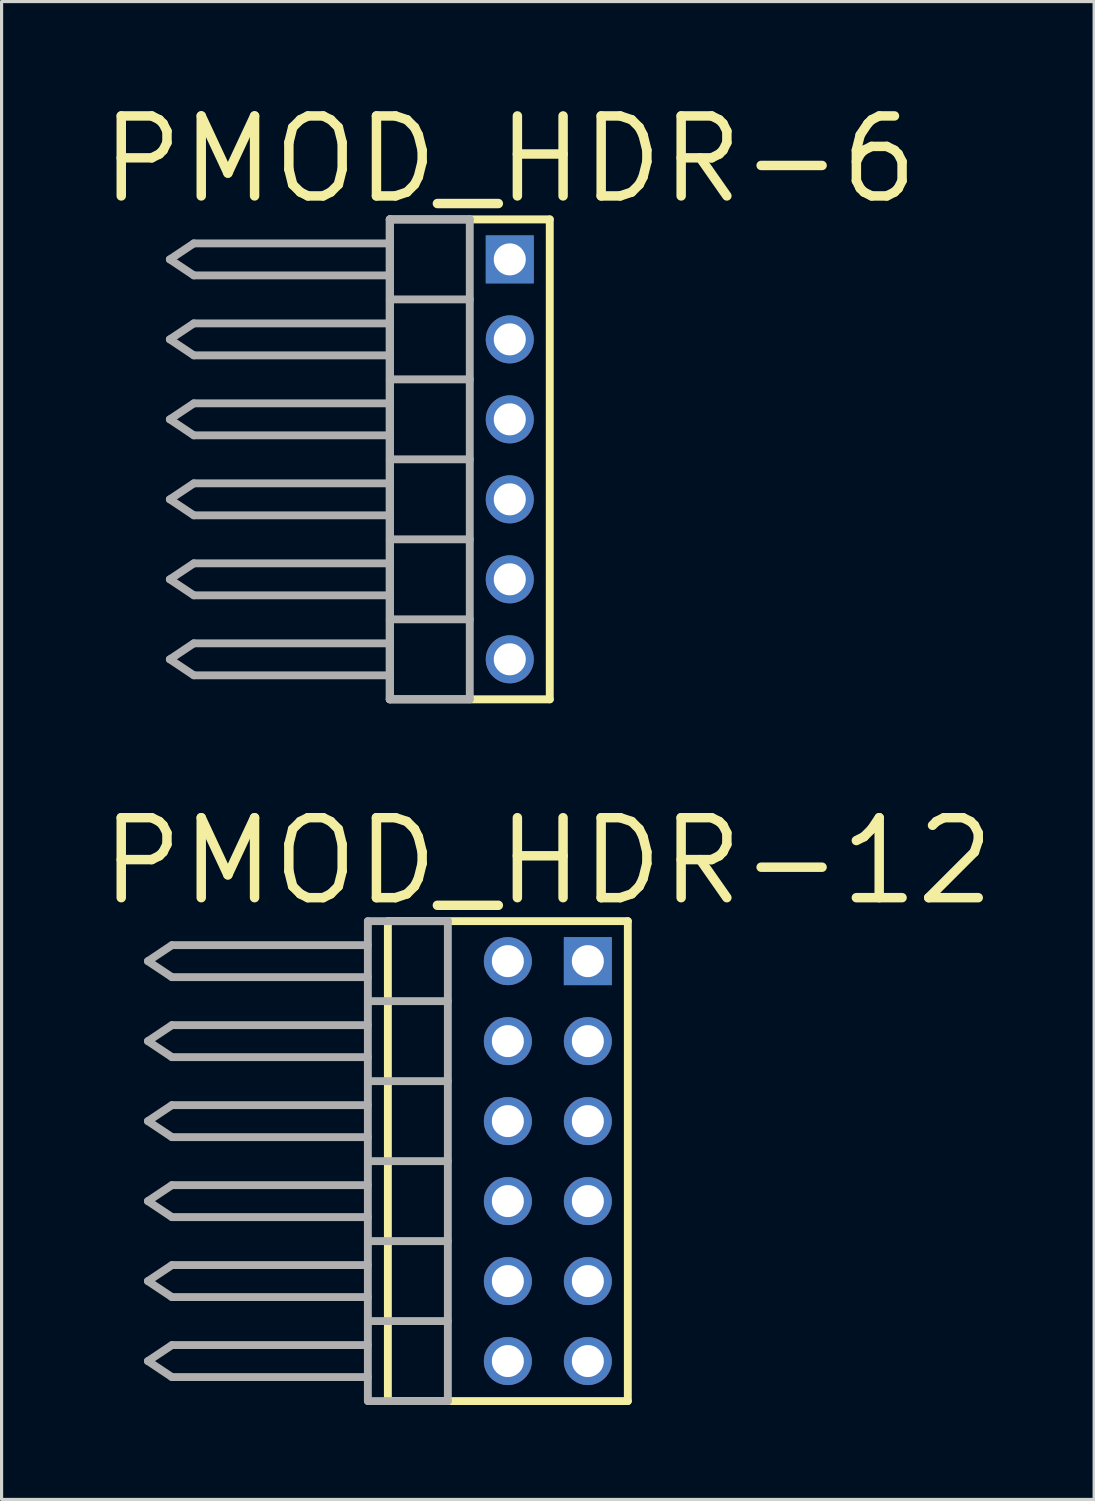
<source format=kicad_pcb>
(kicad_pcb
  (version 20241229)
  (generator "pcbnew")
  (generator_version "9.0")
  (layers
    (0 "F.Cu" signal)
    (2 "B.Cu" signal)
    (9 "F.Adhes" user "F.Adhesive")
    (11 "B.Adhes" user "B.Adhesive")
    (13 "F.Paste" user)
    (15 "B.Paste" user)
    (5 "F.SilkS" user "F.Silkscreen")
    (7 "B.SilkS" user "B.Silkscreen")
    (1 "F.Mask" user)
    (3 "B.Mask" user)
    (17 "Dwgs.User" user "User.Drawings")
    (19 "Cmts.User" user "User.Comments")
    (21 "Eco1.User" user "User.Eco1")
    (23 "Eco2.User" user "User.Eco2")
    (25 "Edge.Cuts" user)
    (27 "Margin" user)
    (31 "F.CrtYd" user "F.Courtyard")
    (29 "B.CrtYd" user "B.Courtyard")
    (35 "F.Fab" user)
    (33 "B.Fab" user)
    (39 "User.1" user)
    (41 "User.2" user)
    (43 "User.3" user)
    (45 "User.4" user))
  (footprint "PMOD_HDR-12"
    (layer "F.Cu")
    (at 14.347 33.822)
    (property "Reference" "PMOD_HDR-12" (at 0 -9.525 0) (layer "F.SilkS") (effects (font (size 2.54 2.54) (thickness 0.3))))
    (attr exclude_from_pos_files exclude_from_bom)
    (fp_line (start -5.08 -7.62) (end -5.08 7.62) (stroke (width 0.25) (type solid)) (layer "F.SilkS"))
    (fp_line (start -5.08 -7.62) (end 2.54 -7.62) (stroke (width 0.25) (type solid)) (layer "F.SilkS"))
    (fp_line (start 2.54 -7.62) (end 2.54 7.62) (stroke (width 0.25) (type solid)) (layer "F.SilkS"))
    (fp_line (start 2.54 7.62) (end -5.08 7.62) (stroke (width 0.25) (type solid)) (layer "F.SilkS"))
    (fp_line (start -12.7 -6.35) (end -11.938 -5.842) (stroke (width 0.25) (type solid)) (layer "F.Fab"))
    (fp_line (start -12.7 -3.81) (end -11.938 -3.302) (stroke (width 0.25) (type solid)) (layer "F.Fab"))
    (fp_line (start -12.7 -1.27) (end -11.938 -0.762) (stroke (width 0.25) (type solid)) (layer "F.Fab"))
    (fp_line (start -12.7 1.27) (end -11.938 1.778) (stroke (width 0.25) (type solid)) (layer "F.Fab"))
    (fp_line (start -12.7 3.81) (end -11.938 4.318) (stroke (width 0.25) (type solid)) (layer "F.Fab"))
    (fp_line (start -12.7 6.35) (end -11.938 6.858) (stroke (width 0.25) (type solid)) (layer "F.Fab"))
    (fp_line (start -11.938 -6.858) (end -12.7 -6.35) (stroke (width 0.25) (type solid)) (layer "F.Fab"))
    (fp_line (start -11.938 -5.842) (end -5.715 -5.842) (stroke (width 0.25) (type solid)) (layer "F.Fab"))
    (fp_line (start -11.938 -4.318) (end -12.7 -3.81) (stroke (width 0.25) (type solid)) (layer "F.Fab"))
    (fp_line (start -11.938 -3.302) (end -5.715 -3.302) (stroke (width 0.25) (type solid)) (layer "F.Fab"))
    (fp_line (start -11.938 -1.778) (end -12.7 -1.27) (stroke (width 0.25) (type solid)) (layer "F.Fab"))
    (fp_line (start -11.938 -0.762) (end -5.715 -0.762) (stroke (width 0.25) (type solid)) (layer "F.Fab"))
    (fp_line (start -11.938 0.762) (end -12.7 1.27) (stroke (width 0.25) (type solid)) (layer "F.Fab"))
    (fp_line (start -11.938 1.778) (end -5.715 1.778) (stroke (width 0.25) (type solid)) (layer "F.Fab"))
    (fp_line (start -11.938 3.302) (end -12.7 3.81) (stroke (width 0.25) (type solid)) (layer "F.Fab"))
    (fp_line (start -11.938 4.318) (end -5.715 4.318) (stroke (width 0.25) (type solid)) (layer "F.Fab"))
    (fp_line (start -11.938 5.842) (end -12.7 6.35) (stroke (width 0.25) (type solid)) (layer "F.Fab"))
    (fp_line (start -11.938 6.858) (end -5.715 6.858) (stroke (width 0.25) (type solid)) (layer "F.Fab"))
    (fp_line (start -5.715 -7.62) (end -5.715 7.62) (stroke (width 0.25) (type solid)) (layer "F.Fab"))
    (fp_line (start -5.715 -7.62) (end -3.175 -7.62) (stroke (width 0.25) (type solid)) (layer "F.Fab"))
    (fp_line (start -5.715 -6.858) (end -11.938 -6.858) (stroke (width 0.25) (type solid)) (layer "F.Fab"))
    (fp_line (start -5.715 -5.08) (end -3.175 -5.08) (stroke (width 0.25) (type solid)) (layer "F.Fab"))
    (fp_line (start -5.715 -4.318) (end -11.938 -4.318) (stroke (width 0.25) (type solid)) (layer "F.Fab"))
    (fp_line (start -5.715 -2.54) (end -3.175 -2.54) (stroke (width 0.25) (type solid)) (layer "F.Fab"))
    (fp_line (start -5.715 -1.778) (end -11.938 -1.778) (stroke (width 0.25) (type solid)) (layer "F.Fab"))
    (fp_line (start -5.715 0) (end -3.175 0) (stroke (width 0.25) (type solid)) (layer "F.Fab"))
    (fp_line (start -5.715 0.762) (end -11.938 0.762) (stroke (width 0.25) (type solid)) (layer "F.Fab"))
    (fp_line (start -5.715 2.54) (end -3.175 2.54) (stroke (width 0.25) (type solid)) (layer "F.Fab"))
    (fp_line (start -5.715 3.302) (end -11.938 3.302) (stroke (width 0.25) (type solid)) (layer "F.Fab"))
    (fp_line (start -5.715 5.08) (end -3.175 5.08) (stroke (width 0.25) (type solid)) (layer "F.Fab"))
    (fp_line (start -5.715 5.842) (end -11.938 5.842) (stroke (width 0.25) (type solid)) (layer "F.Fab"))
    (fp_line (start -5.715 7.62) (end -3.175 7.62) (stroke (width 0.25) (type solid)) (layer "F.Fab"))
    (fp_line (start -3.175 -7.62) (end -3.175 7.62) (stroke (width 0.25) (type solid)) (layer "F.Fab"))
    (pad "1" thru_hole rect (at 1.27 -6.35) (size 1.524 1.524) (drill 1.016) (layers "*.Cu" "*.Mask"))
    (pad "2" thru_hole circle (at 1.27 -3.81 90) (size 1.524 1.524) (drill 1.016) (layers "*.Cu" "*.Mask"))
    (pad "3" thru_hole circle (at 1.27 -1.27 90) (size 1.524 1.524) (drill 1.016) (layers "*.Cu" "*.Mask"))
    (pad "4" thru_hole circle (at 1.27 1.27 90) (size 1.524 1.524) (drill 1.016) (layers "*.Cu" "*.Mask"))
    (pad "5" thru_hole circle (at 1.27 3.81 90) (size 1.524 1.524) (drill 1.016) (layers "*.Cu" "*.Mask"))
    (pad "6" thru_hole circle (at 1.27 6.35 90) (size 1.524 1.524) (drill 1.016) (layers "*.Cu" "*.Mask"))
    (pad "7" thru_hole circle (at -1.27 -6.35 90) (size 1.524 1.524) (drill 1.016) (layers "*.Cu" "*.Mask"))
    (pad "8" thru_hole circle (at -1.27 -3.81 90) (size 1.524 1.524) (drill 1.016) (layers "*.Cu" "*.Mask"))
    (pad "9" thru_hole circle (at -1.27 -1.27 90) (size 1.524 1.524) (drill 1.016) (layers "*.Cu" "*.Mask"))
    (pad "10" thru_hole circle (at -1.27 1.27 90) (size 1.524 1.524) (drill 1.016) (layers "*.Cu" "*.Mask"))
    (pad "11" thru_hole circle (at -1.27 3.81 90) (size 1.524 1.524) (drill 1.016) (layers "*.Cu" "*.Mask"))
    (pad "12" thru_hole circle (at -1.27 6.35 90) (size 1.524 1.524) (drill 1.016) (layers "*.Cu" "*.Mask")))
  (footprint "PMOD_HDR-6"
    (layer "F.Cu")
    (at 13.138 11.537)
    (property "Reference" "PMOD_HDR-6" (at 0 -9.525 0) (layer "F.SilkS") (effects (font (size 2.54 2.54) (thickness 0.3))))
    (attr exclude_from_pos_files exclude_from_bom)
    (fp_line (start -3.81 -7.62) (end -3.81 7.62) (stroke (width 0.25) (type solid)) (layer "F.SilkS"))
    (fp_line (start 1.27 -7.62) (end -3.81 -7.62) (stroke (width 0.254) (type solid)) (layer "F.SilkS"))
    (fp_line (start 1.27 -7.62) (end 1.27 7.62) (stroke (width 0.25) (type solid)) (layer "F.SilkS"))
    (fp_line (start 1.27 7.62) (end -3.81 7.62) (stroke (width 0.254) (type solid)) (layer "F.SilkS"))
    (fp_line (start -10.795 -6.35) (end -10.033 -5.842) (stroke (width 0.25) (type solid)) (layer "F.Fab"))
    (fp_line (start -10.795 -3.81) (end -10.033 -3.302) (stroke (width 0.25) (type solid)) (layer "F.Fab"))
    (fp_line (start -10.795 -1.27) (end -10.033 -0.762) (stroke (width 0.25) (type solid)) (layer "F.Fab"))
    (fp_line (start -10.795 1.27) (end -10.033 1.778) (stroke (width 0.25) (type solid)) (layer "F.Fab"))
    (fp_line (start -10.795 3.81) (end -10.033 4.318) (stroke (width 0.25) (type solid)) (layer "F.Fab"))
    (fp_line (start -10.795 6.35) (end -10.033 6.858) (stroke (width 0.25) (type solid)) (layer "F.Fab"))
    (fp_line (start -10.033 -6.858) (end -10.795 -6.35) (stroke (width 0.25) (type solid)) (layer "F.Fab"))
    (fp_line (start -10.033 -5.842) (end -3.81 -5.842) (stroke (width 0.25) (type solid)) (layer "F.Fab"))
    (fp_line (start -10.033 -4.318) (end -10.795 -3.81) (stroke (width 0.25) (type solid)) (layer "F.Fab"))
    (fp_line (start -10.033 -3.302) (end -3.81 -3.302) (stroke (width 0.25) (type solid)) (layer "F.Fab"))
    (fp_line (start -10.033 -1.778) (end -10.795 -1.27) (stroke (width 0.25) (type solid)) (layer "F.Fab"))
    (fp_line (start -10.033 -0.762) (end -3.81 -0.762) (stroke (width 0.25) (type solid)) (layer "F.Fab"))
    (fp_line (start -10.033 0.762) (end -10.795 1.27) (stroke (width 0.25) (type solid)) (layer "F.Fab"))
    (fp_line (start -10.033 1.778) (end -3.81 1.778) (stroke (width 0.25) (type solid)) (layer "F.Fab"))
    (fp_line (start -10.033 3.302) (end -10.795 3.81) (stroke (width 0.25) (type solid)) (layer "F.Fab"))
    (fp_line (start -10.033 4.318) (end -3.81 4.318) (stroke (width 0.25) (type solid)) (layer "F.Fab"))
    (fp_line (start -10.033 5.842) (end -10.795 6.35) (stroke (width 0.25) (type solid)) (layer "F.Fab"))
    (fp_line (start -10.033 6.858) (end -3.81 6.858) (stroke (width 0.25) (type solid)) (layer "F.Fab"))
    (fp_line (start -3.81 -7.62) (end -3.81 7.62) (stroke (width 0.25) (type solid)) (layer "F.Fab"))
    (fp_line (start -3.81 -7.62) (end -1.27 -7.62) (stroke (width 0.25) (type solid)) (layer "F.Fab"))
    (fp_line (start -3.81 -6.858) (end -10.033 -6.858) (stroke (width 0.25) (type solid)) (layer "F.Fab"))
    (fp_line (start -3.81 -5.08) (end -1.27 -5.08) (stroke (width 0.25) (type solid)) (layer "F.Fab"))
    (fp_line (start -3.81 -4.318) (end -10.033 -4.318) (stroke (width 0.25) (type solid)) (layer "F.Fab"))
    (fp_line (start -3.81 -2.54) (end -1.27 -2.54) (stroke (width 0.25) (type solid)) (layer "F.Fab"))
    (fp_line (start -3.81 -1.778) (end -10.033 -1.778) (stroke (width 0.25) (type solid)) (layer "F.Fab"))
    (fp_line (start -3.81 0) (end -1.27 0) (stroke (width 0.25) (type solid)) (layer "F.Fab"))
    (fp_line (start -3.81 0.762) (end -10.033 0.762) (stroke (width 0.25) (type solid)) (layer "F.Fab"))
    (fp_line (start -3.81 2.54) (end -1.27 2.54) (stroke (width 0.25) (type solid)) (layer "F.Fab"))
    (fp_line (start -3.81 3.302) (end -10.033 3.302) (stroke (width 0.25) (type solid)) (layer "F.Fab"))
    (fp_line (start -3.81 5.08) (end -1.27 5.08) (stroke (width 0.25) (type solid)) (layer "F.Fab"))
    (fp_line (start -3.81 5.842) (end -10.033 5.842) (stroke (width 0.25) (type solid)) (layer "F.Fab"))
    (fp_line (start -3.81 7.62) (end -1.27 7.62) (stroke (width 0.25) (type solid)) (layer "F.Fab"))
    (fp_line (start -1.27 -7.62) (end -1.27 7.62) (stroke (width 0.25) (type solid)) (layer "F.Fab"))
    (pad "1" thru_hole rect (at 0 -6.35) (size 1.524 1.524) (drill 1.016) (layers "*.Cu" "*.Mask"))
    (pad "2" thru_hole circle (at 0 -3.81 90) (size 1.524 1.524) (drill 1.016) (layers "*.Cu" "*.Mask"))
    (pad "3" thru_hole circle (at 0 -1.27 90) (size 1.524 1.524) (drill 1.016) (layers "*.Cu" "*.Mask"))
    (pad "4" thru_hole circle (at 0 1.27 90) (size 1.524 1.524) (drill 1.016) (layers "*.Cu" "*.Mask"))
    (pad "5" thru_hole circle (at 0 3.81 90) (size 1.524 1.524) (drill 1.016) (layers "*.Cu" "*.Mask"))
    (pad "6" thru_hole circle (at 0 6.35 90) (size 1.524 1.524) (drill 1.016) (layers "*.Cu" "*.Mask")))
  (gr_rect
    (start -3 -3)
    (end 31.695 44.567)
    (stroke (width 0.1) (type default))
    (fill no)
    (layer "Edge.Cuts")))
</source>
